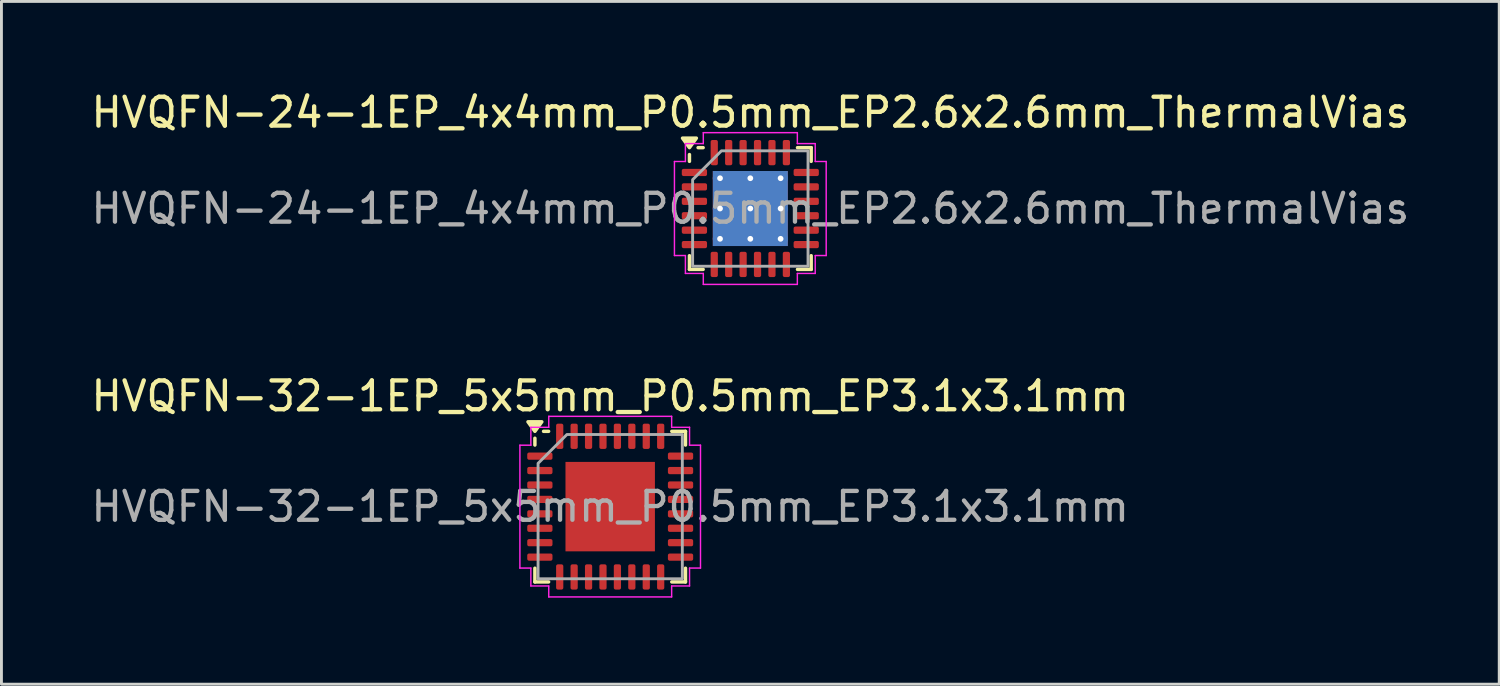
<source format=kicad_pcb>
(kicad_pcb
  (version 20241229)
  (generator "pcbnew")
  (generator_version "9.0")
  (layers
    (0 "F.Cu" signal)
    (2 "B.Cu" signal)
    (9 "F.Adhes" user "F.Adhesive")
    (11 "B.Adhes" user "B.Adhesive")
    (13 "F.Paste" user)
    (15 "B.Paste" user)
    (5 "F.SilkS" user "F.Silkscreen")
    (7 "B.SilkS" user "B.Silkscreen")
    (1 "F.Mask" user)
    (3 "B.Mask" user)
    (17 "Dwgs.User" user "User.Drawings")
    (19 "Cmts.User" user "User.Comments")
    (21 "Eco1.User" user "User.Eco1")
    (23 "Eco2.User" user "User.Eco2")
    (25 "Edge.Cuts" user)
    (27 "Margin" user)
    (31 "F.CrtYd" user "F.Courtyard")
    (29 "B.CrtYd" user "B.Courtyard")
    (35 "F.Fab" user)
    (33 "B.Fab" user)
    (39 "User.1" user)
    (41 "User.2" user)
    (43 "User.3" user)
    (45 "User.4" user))
  (footprint "HVQFN-24-1EP_4x4mm_P0.5mm_EP2.6x2.6mm_ThermalVias"
    (layer "F.Cu")
    (at 22.958 4.178)
    (property "Reference" "HVQFN-24-1EP_4x4mm_P0.5mm_EP2.6x2.6mm_ThermalVias" (at 0 -3.33 0) (layer "F.SilkS") (effects (font (size 1 1) (thickness 0.15))))
    (attr smd)
    (fp_line (start -2.11 -1.635) (end -2.11 -1.87) (stroke (width 0.12) (type solid)) (layer "F.SilkS"))
    (fp_line (start -2.11 2.11) (end -2.11 1.635) (stroke (width 0.12) (type solid)) (layer "F.SilkS"))
    (fp_line (start -1.635 -2.11) (end -1.81 -2.11) (stroke (width 0.12) (type solid)) (layer "F.SilkS"))
    (fp_line (start -1.635 2.11) (end -2.11 2.11) (stroke (width 0.12) (type solid)) (layer "F.SilkS"))
    (fp_line (start 1.635 -2.11) (end 2.11 -2.11) (stroke (width 0.12) (type solid)) (layer "F.SilkS"))
    (fp_line (start 1.635 2.11) (end 2.11 2.11) (stroke (width 0.12) (type solid)) (layer "F.SilkS"))
    (fp_line (start 2.11 -2.11) (end 2.11 -1.635) (stroke (width 0.12) (type solid)) (layer "F.SilkS"))
    (fp_line (start 2.11 2.11) (end 2.11 1.635) (stroke (width 0.12) (type solid)) (layer "F.SilkS"))
    (fp_poly (pts (xy -2.11 -2.11) (xy -2.35 -2.44) (xy -1.87 -2.44)) (stroke (width 0.12) (type solid)) (fill yes) (layer "F.SilkS"))
    (fp_line (start -2.63 -1.63) (end -2.25 -1.63) (stroke (width 0.05) (type solid)) (layer "F.CrtYd"))
    (fp_line (start -2.63 1.63) (end -2.63 -1.63) (stroke (width 0.05) (type solid)) (layer "F.CrtYd"))
    (fp_line (start -2.25 -2.25) (end -1.63 -2.25) (stroke (width 0.05) (type solid)) (layer "F.CrtYd"))
    (fp_line (start -2.25 -1.63) (end -2.25 -2.25) (stroke (width 0.05) (type solid)) (layer "F.CrtYd"))
    (fp_line (start -2.25 1.63) (end -2.63 1.63) (stroke (width 0.05) (type solid)) (layer "F.CrtYd"))
    (fp_line (start -2.25 2.25) (end -2.25 1.63) (stroke (width 0.05) (type solid)) (layer "F.CrtYd"))
    (fp_line (start -1.63 -2.63) (end 1.63 -2.63) (stroke (width 0.05) (type solid)) (layer "F.CrtYd"))
    (fp_line (start -1.63 -2.25) (end -1.63 -2.63) (stroke (width 0.05) (type solid)) (layer "F.CrtYd"))
    (fp_line (start -1.63 2.25) (end -2.25 2.25) (stroke (width 0.05) (type solid)) (layer "F.CrtYd"))
    (fp_line (start -1.63 2.63) (end -1.63 2.25) (stroke (width 0.05) (type solid)) (layer "F.CrtYd"))
    (fp_line (start 1.63 -2.63) (end 1.63 -2.25) (stroke (width 0.05) (type solid)) (layer "F.CrtYd"))
    (fp_line (start 1.63 -2.25) (end 2.25 -2.25) (stroke (width 0.05) (type solid)) (layer "F.CrtYd"))
    (fp_line (start 1.63 2.25) (end 1.63 2.63) (stroke (width 0.05) (type solid)) (layer "F.CrtYd"))
    (fp_line (start 1.63 2.63) (end -1.63 2.63) (stroke (width 0.05) (type solid)) (layer "F.CrtYd"))
    (fp_line (start 2.25 -2.25) (end 2.25 -1.63) (stroke (width 0.05) (type solid)) (layer "F.CrtYd"))
    (fp_line (start 2.25 -1.63) (end 2.63 -1.63) (stroke (width 0.05) (type solid)) (layer "F.CrtYd"))
    (fp_line (start 2.25 1.63) (end 2.25 2.25) (stroke (width 0.05) (type solid)) (layer "F.CrtYd"))
    (fp_line (start 2.25 2.25) (end 1.63 2.25) (stroke (width 0.05) (type solid)) (layer "F.CrtYd"))
    (fp_line (start 2.63 -1.63) (end 2.63 1.63) (stroke (width 0.05) (type solid)) (layer "F.CrtYd"))
    (fp_line (start 2.63 1.63) (end 2.25 1.63) (stroke (width 0.05) (type solid)) (layer "F.CrtYd"))
    (fp_poly (pts (xy -2 -1) (xy -2 2) (xy 2 2) (xy 2 -2) (xy -1 -2)) (stroke (width 0.1) (type solid)) (fill no) (layer "F.Fab"))
    (fp_text user "${REFERENCE}" (at 0 0 0) (layer "F.Fab") (effects (font (size 1 1) (thickness 0.15))))
    (pad "" smd roundrect (at -0.87 -0.87) (size 0.64 0.64) (layers "F.Paste") (roundrect_rratio 0.25))
    (pad "" smd roundrect (at -0.87 0) (size 0.64 0.64) (layers "F.Paste") (roundrect_rratio 0.25))
    (pad "" smd roundrect (at -0.87 0.87) (size 0.64 0.64) (layers "F.Paste") (roundrect_rratio 0.25))
    (pad "" smd roundrect (at 0 -0.87) (size 0.64 0.64) (layers "F.Paste") (roundrect_rratio 0.25))
    (pad "" smd roundrect (at 0 0) (size 0.64 0.64) (layers "F.Paste") (roundrect_rratio 0.25))
    (pad "" smd roundrect (at 0 0.87) (size 0.64 0.64) (layers "F.Paste") (roundrect_rratio 0.25))
    (pad "" smd roundrect (at 0.87 -0.87) (size 0.64 0.64) (layers "F.Paste") (roundrect_rratio 0.25))
    (pad "" smd roundrect (at 0.87 0) (size 0.64 0.64) (layers "F.Paste") (roundrect_rratio 0.25))
    (pad "" smd roundrect (at 0.87 0.87) (size 0.64 0.64) (layers "F.Paste") (roundrect_rratio 0.25))
    (pad "1" smd roundrect (at -1.938 -1.25) (size 0.875 0.25) (layers "F.Cu" "F.Mask" "F.Paste") (roundrect_rratio 0.25))
    (pad "2" smd roundrect (at -1.938 -0.75) (size 0.875 0.25) (layers "F.Cu" "F.Mask" "F.Paste") (roundrect_rratio 0.25))
    (pad "3" smd roundrect (at -1.938 -0.25) (size 0.875 0.25) (layers "F.Cu" "F.Mask" "F.Paste") (roundrect_rratio 0.25))
    (pad "4" smd roundrect (at -1.938 0.25) (size 0.875 0.25) (layers "F.Cu" "F.Mask" "F.Paste") (roundrect_rratio 0.25))
    (pad "5" smd roundrect (at -1.938 0.75) (size 0.875 0.25) (layers "F.Cu" "F.Mask" "F.Paste") (roundrect_rratio 0.25))
    (pad "6" smd roundrect (at -1.938 1.25) (size 0.875 0.25) (layers "F.Cu" "F.Mask" "F.Paste") (roundrect_rratio 0.25))
    (pad "7" smd roundrect (at -1.25 1.938) (size 0.25 0.875) (layers "F.Cu" "F.Mask" "F.Paste") (roundrect_rratio 0.25))
    (pad "8" smd roundrect (at -0.75 1.938) (size 0.25 0.875) (layers "F.Cu" "F.Mask" "F.Paste") (roundrect_rratio 0.25))
    (pad "9" smd roundrect (at -0.25 1.938) (size 0.25 0.875) (layers "F.Cu" "F.Mask" "F.Paste") (roundrect_rratio 0.25))
    (pad "10" smd roundrect (at 0.25 1.938) (size 0.25 0.875) (layers "F.Cu" "F.Mask" "F.Paste") (roundrect_rratio 0.25))
    (pad "11" smd roundrect (at 0.75 1.938) (size 0.25 0.875) (layers "F.Cu" "F.Mask" "F.Paste") (roundrect_rratio 0.25))
    (pad "12" smd roundrect (at 1.25 1.938) (size 0.25 0.875) (layers "F.Cu" "F.Mask" "F.Paste") (roundrect_rratio 0.25))
    (pad "13" smd roundrect (at 1.938 1.25) (size 0.875 0.25) (layers "F.Cu" "F.Mask" "F.Paste") (roundrect_rratio 0.25))
    (pad "14" smd roundrect (at 1.938 0.75) (size 0.875 0.25) (layers "F.Cu" "F.Mask" "F.Paste") (roundrect_rratio 0.25))
    (pad "15" smd roundrect (at 1.938 0.25) (size 0.875 0.25) (layers "F.Cu" "F.Mask" "F.Paste") (roundrect_rratio 0.25))
    (pad "16" smd roundrect (at 1.938 -0.25) (size 0.875 0.25) (layers "F.Cu" "F.Mask" "F.Paste") (roundrect_rratio 0.25))
    (pad "17" smd roundrect (at 1.938 -0.75) (size 0.875 0.25) (layers "F.Cu" "F.Mask" "F.Paste") (roundrect_rratio 0.25))
    (pad "18" smd roundrect (at 1.938 -1.25) (size 0.875 0.25) (layers "F.Cu" "F.Mask" "F.Paste") (roundrect_rratio 0.25))
    (pad "19" smd roundrect (at 1.25 -1.938) (size 0.25 0.875) (layers "F.Cu" "F.Mask" "F.Paste") (roundrect_rratio 0.25))
    (pad "20" smd roundrect (at 0.75 -1.938) (size 0.25 0.875) (layers "F.Cu" "F.Mask" "F.Paste") (roundrect_rratio 0.25))
    (pad "21" smd roundrect (at 0.25 -1.938) (size 0.25 0.875) (layers "F.Cu" "F.Mask" "F.Paste") (roundrect_rratio 0.25))
    (pad "22" smd roundrect (at -0.25 -1.938) (size 0.25 0.875) (layers "F.Cu" "F.Mask" "F.Paste") (roundrect_rratio 0.25))
    (pad "23" smd roundrect (at -0.75 -1.938) (size 0.25 0.875) (layers "F.Cu" "F.Mask" "F.Paste") (roundrect_rratio 0.25))
    (pad "24" smd roundrect (at -1.25 -1.938) (size 0.25 0.875) (layers "F.Cu" "F.Mask" "F.Paste") (roundrect_rratio 0.25))
    (pad "25" thru_hole circle (at -1.05 -1.05) (size 0.5 0.5) (drill 0.2) (property pad_prop_heatsink) (layers "*.Cu"))
    (pad "25" thru_hole circle (at -1.05 0) (size 0.5 0.5) (drill 0.2) (property pad_prop_heatsink) (layers "*.Cu"))
    (pad "25" thru_hole circle (at -1.05 1.05) (size 0.5 0.5) (drill 0.2) (property pad_prop_heatsink) (layers "*.Cu"))
    (pad "25" thru_hole circle (at 0 -1.05) (size 0.5 0.5) (drill 0.2) (property pad_prop_heatsink) (layers "*.Cu"))
    (pad "25" thru_hole circle (at 0 0) (size 0.5 0.5) (drill 0.2) (property pad_prop_heatsink) (layers "*.Cu"))
    (pad "25" smd rect (at 0 0) (size 2.6 2.6) (property pad_prop_heatsink) (layers "F.Cu" "F.Mask"))
    (pad "25" smd rect (at 0 0) (size 2.6 2.6) (property pad_prop_heatsink) (layers "B.Cu"))
    (pad "25" thru_hole circle (at 0 1.05) (size 0.5 0.5) (drill 0.2) (property pad_prop_heatsink) (layers "*.Cu"))
    (pad "25" thru_hole circle (at 1.05 -1.05) (size 0.5 0.5) (drill 0.2) (property pad_prop_heatsink) (layers "*.Cu"))
    (pad "25" thru_hole circle (at 1.05 0) (size 0.5 0.5) (drill 0.2) (property pad_prop_heatsink) (layers "*.Cu"))
    (pad "25" thru_hole circle (at 1.05 1.05) (size 0.5 0.5) (drill 0.2) (property pad_prop_heatsink) (layers "*.Cu")))
  (footprint "HVQFN-32-1EP_5x5mm_P0.5mm_EP3.1x3.1mm"
    (layer "F.Cu")
    (at 18.101 14.511)
    (property "Reference" "HVQFN-32-1EP_5x5mm_P0.5mm_EP3.1x3.1mm" (at 0 -3.83 0) (layer "F.SilkS") (effects (font (size 1 1) (thickness 0.15))))
    (attr smd)
    (fp_line (start -2.61 -2.135) (end -2.61 -2.37) (stroke (width 0.12) (type solid)) (layer "F.SilkS"))
    (fp_line (start -2.61 2.61) (end -2.61 2.135) (stroke (width 0.12) (type solid)) (layer "F.SilkS"))
    (fp_line (start -2.135 -2.61) (end -2.31 -2.61) (stroke (width 0.12) (type solid)) (layer "F.SilkS"))
    (fp_line (start -2.135 2.61) (end -2.61 2.61) (stroke (width 0.12) (type solid)) (layer "F.SilkS"))
    (fp_line (start 2.135 -2.61) (end 2.61 -2.61) (stroke (width 0.12) (type solid)) (layer "F.SilkS"))
    (fp_line (start 2.135 2.61) (end 2.61 2.61) (stroke (width 0.12) (type solid)) (layer "F.SilkS"))
    (fp_line (start 2.61 -2.61) (end 2.61 -2.135) (stroke (width 0.12) (type solid)) (layer "F.SilkS"))
    (fp_line (start 2.61 2.61) (end 2.61 2.135) (stroke (width 0.12) (type solid)) (layer "F.SilkS"))
    (fp_poly (pts (xy -2.61 -2.61) (xy -2.85 -2.94) (xy -2.37 -2.94)) (stroke (width 0.12) (type solid)) (fill yes) (layer "F.SilkS"))
    (fp_line (start -3.13 -2.13) (end -2.75 -2.13) (stroke (width 0.05) (type solid)) (layer "F.CrtYd"))
    (fp_line (start -3.13 2.13) (end -3.13 -2.13) (stroke (width 0.05) (type solid)) (layer "F.CrtYd"))
    (fp_line (start -2.75 -2.75) (end -2.13 -2.75) (stroke (width 0.05) (type solid)) (layer "F.CrtYd"))
    (fp_line (start -2.75 -2.13) (end -2.75 -2.75) (stroke (width 0.05) (type solid)) (layer "F.CrtYd"))
    (fp_line (start -2.75 2.13) (end -3.13 2.13) (stroke (width 0.05) (type solid)) (layer "F.CrtYd"))
    (fp_line (start -2.75 2.75) (end -2.75 2.13) (stroke (width 0.05) (type solid)) (layer "F.CrtYd"))
    (fp_line (start -2.13 -3.13) (end 2.13 -3.13) (stroke (width 0.05) (type solid)) (layer "F.CrtYd"))
    (fp_line (start -2.13 -2.75) (end -2.13 -3.13) (stroke (width 0.05) (type solid)) (layer "F.CrtYd"))
    (fp_line (start -2.13 2.75) (end -2.75 2.75) (stroke (width 0.05) (type solid)) (layer "F.CrtYd"))
    (fp_line (start -2.13 3.13) (end -2.13 2.75) (stroke (width 0.05) (type solid)) (layer "F.CrtYd"))
    (fp_line (start 2.13 -3.13) (end 2.13 -2.75) (stroke (width 0.05) (type solid)) (layer "F.CrtYd"))
    (fp_line (start 2.13 -2.75) (end 2.75 -2.75) (stroke (width 0.05) (type solid)) (layer "F.CrtYd"))
    (fp_line (start 2.13 2.75) (end 2.13 3.13) (stroke (width 0.05) (type solid)) (layer "F.CrtYd"))
    (fp_line (start 2.13 3.13) (end -2.13 3.13) (stroke (width 0.05) (type solid)) (layer "F.CrtYd"))
    (fp_line (start 2.75 -2.75) (end 2.75 -2.13) (stroke (width 0.05) (type solid)) (layer "F.CrtYd"))
    (fp_line (start 2.75 -2.13) (end 3.13 -2.13) (stroke (width 0.05) (type solid)) (layer "F.CrtYd"))
    (fp_line (start 2.75 2.13) (end 2.75 2.75) (stroke (width 0.05) (type solid)) (layer "F.CrtYd"))
    (fp_line (start 2.75 2.75) (end 2.13 2.75) (stroke (width 0.05) (type solid)) (layer "F.CrtYd"))
    (fp_line (start 3.13 -2.13) (end 3.13 2.13) (stroke (width 0.05) (type solid)) (layer "F.CrtYd"))
    (fp_line (start 3.13 2.13) (end 2.75 2.13) (stroke (width 0.05) (type solid)) (layer "F.CrtYd"))
    (fp_poly (pts (xy -2.5 -1.5) (xy -2.5 2.5) (xy 2.5 2.5) (xy 2.5 -2.5) (xy -1.5 -2.5)) (stroke (width 0.1) (type solid)) (fill no) (layer "F.Fab"))
    (fp_text user "${REFERENCE}" (at 0 0 0) (layer "F.Fab") (effects (font (size 1 1) (thickness 0.15))))
    (pad "" smd roundrect (at -1.03 -1.03) (size 0.83 0.83) (layers "F.Paste") (roundrect_rratio 0.25))
    (pad "" smd roundrect (at -1.03 0) (size 0.83 0.83) (layers "F.Paste") (roundrect_rratio 0.25))
    (pad "" smd roundrect (at -1.03 1.03) (size 0.83 0.83) (layers "F.Paste") (roundrect_rratio 0.25))
    (pad "" smd roundrect (at 0 -1.03) (size 0.83 0.83) (layers "F.Paste") (roundrect_rratio 0.25))
    (pad "" smd roundrect (at 0 0) (size 0.83 0.83) (layers "F.Paste") (roundrect_rratio 0.25))
    (pad "" smd roundrect (at 0 1.03) (size 0.83 0.83) (layers "F.Paste") (roundrect_rratio 0.25))
    (pad "" smd roundrect (at 1.03 -1.03) (size 0.83 0.83) (layers "F.Paste") (roundrect_rratio 0.25))
    (pad "" smd roundrect (at 1.03 0) (size 0.83 0.83) (layers "F.Paste") (roundrect_rratio 0.25))
    (pad "" smd roundrect (at 1.03 1.03) (size 0.83 0.83) (layers "F.Paste") (roundrect_rratio 0.25))
    (pad "1" smd roundrect (at -2.438 -1.75) (size 0.875 0.25) (layers "F.Cu" "F.Mask" "F.Paste") (roundrect_rratio 0.25))
    (pad "2" smd roundrect (at -2.438 -1.25) (size 0.875 0.25) (layers "F.Cu" "F.Mask" "F.Paste") (roundrect_rratio 0.25))
    (pad "3" smd roundrect (at -2.438 -0.75) (size 0.875 0.25) (layers "F.Cu" "F.Mask" "F.Paste") (roundrect_rratio 0.25))
    (pad "4" smd roundrect (at -2.438 -0.25) (size 0.875 0.25) (layers "F.Cu" "F.Mask" "F.Paste") (roundrect_rratio 0.25))
    (pad "5" smd roundrect (at -2.438 0.25) (size 0.875 0.25) (layers "F.Cu" "F.Mask" "F.Paste") (roundrect_rratio 0.25))
    (pad "6" smd roundrect (at -2.438 0.75) (size 0.875 0.25) (layers "F.Cu" "F.Mask" "F.Paste") (roundrect_rratio 0.25))
    (pad "7" smd roundrect (at -2.438 1.25) (size 0.875 0.25) (layers "F.Cu" "F.Mask" "F.Paste") (roundrect_rratio 0.25))
    (pad "8" smd roundrect (at -2.438 1.75) (size 0.875 0.25) (layers "F.Cu" "F.Mask" "F.Paste") (roundrect_rratio 0.25))
    (pad "9" smd roundrect (at -1.75 2.438) (size 0.25 0.875) (layers "F.Cu" "F.Mask" "F.Paste") (roundrect_rratio 0.25))
    (pad "10" smd roundrect (at -1.25 2.438) (size 0.25 0.875) (layers "F.Cu" "F.Mask" "F.Paste") (roundrect_rratio 0.25))
    (pad "11" smd roundrect (at -0.75 2.438) (size 0.25 0.875) (layers "F.Cu" "F.Mask" "F.Paste") (roundrect_rratio 0.25))
    (pad "12" smd roundrect (at -0.25 2.438) (size 0.25 0.875) (layers "F.Cu" "F.Mask" "F.Paste") (roundrect_rratio 0.25))
    (pad "13" smd roundrect (at 0.25 2.438) (size 0.25 0.875) (layers "F.Cu" "F.Mask" "F.Paste") (roundrect_rratio 0.25))
    (pad "14" smd roundrect (at 0.75 2.438) (size 0.25 0.875) (layers "F.Cu" "F.Mask" "F.Paste") (roundrect_rratio 0.25))
    (pad "15" smd roundrect (at 1.25 2.438) (size 0.25 0.875) (layers "F.Cu" "F.Mask" "F.Paste") (roundrect_rratio 0.25))
    (pad "16" smd roundrect (at 1.75 2.438) (size 0.25 0.875) (layers "F.Cu" "F.Mask" "F.Paste") (roundrect_rratio 0.25))
    (pad "17" smd roundrect (at 2.438 1.75) (size 0.875 0.25) (layers "F.Cu" "F.Mask" "F.Paste") (roundrect_rratio 0.25))
    (pad "18" smd roundrect (at 2.438 1.25) (size 0.875 0.25) (layers "F.Cu" "F.Mask" "F.Paste") (roundrect_rratio 0.25))
    (pad "19" smd roundrect (at 2.438 0.75) (size 0.875 0.25) (layers "F.Cu" "F.Mask" "F.Paste") (roundrect_rratio 0.25))
    (pad "20" smd roundrect (at 2.438 0.25) (size 0.875 0.25) (layers "F.Cu" "F.Mask" "F.Paste") (roundrect_rratio 0.25))
    (pad "21" smd roundrect (at 2.438 -0.25) (size 0.875 0.25) (layers "F.Cu" "F.Mask" "F.Paste") (roundrect_rratio 0.25))
    (pad "22" smd roundrect (at 2.438 -0.75) (size 0.875 0.25) (layers "F.Cu" "F.Mask" "F.Paste") (roundrect_rratio 0.25))
    (pad "23" smd roundrect (at 2.438 -1.25) (size 0.875 0.25) (layers "F.Cu" "F.Mask" "F.Paste") (roundrect_rratio 0.25))
    (pad "24" smd roundrect (at 2.438 -1.75) (size 0.875 0.25) (layers "F.Cu" "F.Mask" "F.Paste") (roundrect_rratio 0.25))
    (pad "25" smd roundrect (at 1.75 -2.438) (size 0.25 0.875) (layers "F.Cu" "F.Mask" "F.Paste") (roundrect_rratio 0.25))
    (pad "26" smd roundrect (at 1.25 -2.438) (size 0.25 0.875) (layers "F.Cu" "F.Mask" "F.Paste") (roundrect_rratio 0.25))
    (pad "27" smd roundrect (at 0.75 -2.438) (size 0.25 0.875) (layers "F.Cu" "F.Mask" "F.Paste") (roundrect_rratio 0.25))
    (pad "28" smd roundrect (at 0.25 -2.438) (size 0.25 0.875) (layers "F.Cu" "F.Mask" "F.Paste") (roundrect_rratio 0.25))
    (pad "29" smd roundrect (at -0.25 -2.438) (size 0.25 0.875) (layers "F.Cu" "F.Mask" "F.Paste") (roundrect_rratio 0.25))
    (pad "30" smd roundrect (at -0.75 -2.438) (size 0.25 0.875) (layers "F.Cu" "F.Mask" "F.Paste") (roundrect_rratio 0.25))
    (pad "31" smd roundrect (at -1.25 -2.438) (size 0.25 0.875) (layers "F.Cu" "F.Mask" "F.Paste") (roundrect_rratio 0.25))
    (pad "32" smd roundrect (at -1.75 -2.438) (size 0.25 0.875) (layers "F.Cu" "F.Mask" "F.Paste") (roundrect_rratio 0.25))
    (pad "33" smd rect (at 0 0) (size 3.1 3.1) (property pad_prop_heatsink) (layers "F.Cu" "F.Mask")))
  (gr_rect
    (start -3 -3)
    (end 48.917 20.666)
    (stroke (width 0.1) (type default))
    (fill no)
    (layer "Edge.Cuts")))
</source>
